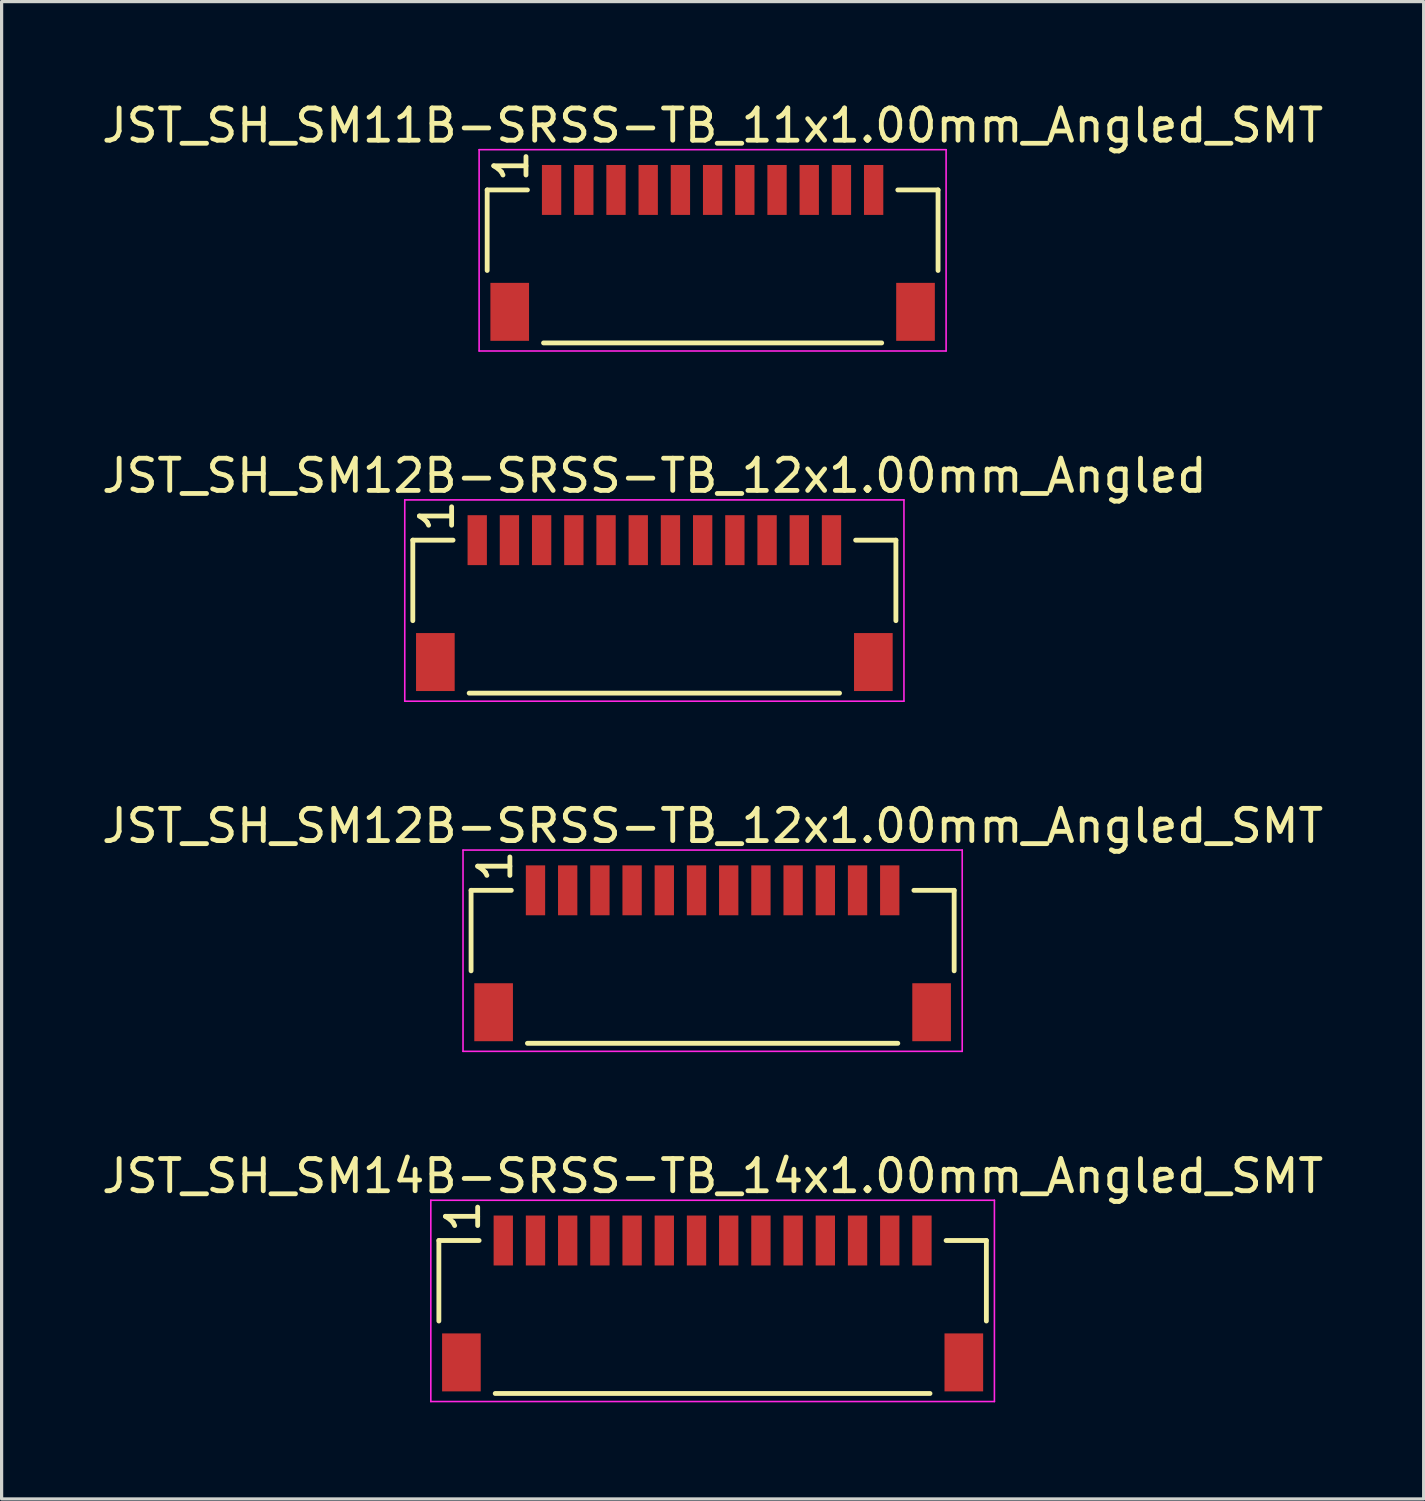
<source format=kicad_pcb>
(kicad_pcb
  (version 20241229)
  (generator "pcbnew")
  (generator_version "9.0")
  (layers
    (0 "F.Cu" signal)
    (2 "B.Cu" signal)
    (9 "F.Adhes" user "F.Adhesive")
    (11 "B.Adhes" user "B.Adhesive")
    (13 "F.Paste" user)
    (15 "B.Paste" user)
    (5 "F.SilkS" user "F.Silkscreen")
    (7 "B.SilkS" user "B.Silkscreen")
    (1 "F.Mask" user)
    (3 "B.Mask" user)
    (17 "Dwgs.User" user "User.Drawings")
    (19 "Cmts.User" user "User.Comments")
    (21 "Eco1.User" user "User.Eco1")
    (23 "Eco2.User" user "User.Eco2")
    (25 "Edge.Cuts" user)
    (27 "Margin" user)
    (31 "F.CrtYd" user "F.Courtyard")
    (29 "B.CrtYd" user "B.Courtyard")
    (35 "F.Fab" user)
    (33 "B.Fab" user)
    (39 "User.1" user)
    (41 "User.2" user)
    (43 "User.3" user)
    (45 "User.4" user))
  (footprint "JST_SH_SM12B-SRSS-TB_12x1.00mm_Angled_SMT"
    (layer "F.Cu")
    (at 13.577 24.595)
    (property "Reference" "JST_SH_SM12B-SRSS-TB_12x1.00mm_Angled_SMT" (at 5.5 -2 0) (layer "F.SilkS") (effects (font (size 1 1) (thickness 0.15))))
    (attr smd)
    (fp_line (start -2 0) (end -0.75 0) (stroke (width 0.15) (type solid)) (layer "F.SilkS"))
    (fp_line (start -2 2.5) (end -2 0) (stroke (width 0.15) (type solid)) (layer "F.SilkS"))
    (fp_line (start -0.25 4.75) (end 11.25 4.75) (stroke (width 0.15) (type solid)) (layer "F.SilkS"))
    (fp_line (start 11.75 0) (end 13 0) (stroke (width 0.15) (type solid)) (layer "F.SilkS"))
    (fp_line (start 13 2.5) (end 13 0) (stroke (width 0.15) (type solid)) (layer "F.SilkS"))
    (fp_line (start -2.25 -1.25) (end 13.25 -1.25) (stroke (width 0.05) (type solid)) (layer "F.CrtYd"))
    (fp_line (start -2.25 5) (end -2.25 -1.25) (stroke (width 0.05) (type solid)) (layer "F.CrtYd"))
    (fp_line (start 13.25 -1.25) (end 13.25 5) (stroke (width 0.05) (type solid)) (layer "F.CrtYd"))
    (fp_line (start 13.25 5) (end -2.25 5) (stroke (width 0.05) (type solid)) (layer "F.CrtYd"))
    (fp_text user "1" (at -1.25 -0.75 90) (layer "F.SilkS") (effects (font (size 1 1) (thickness 0.15))))
    (pad "" smd rect (at -1.3 3.785) (size 1.2 1.8) (layers "F.Cu" "F.Mask" "F.Paste"))
    (pad "" smd rect (at 12.3 3.785) (size 1.2 1.8) (layers "F.Cu" "F.Mask" "F.Paste"))
    (pad "1" smd rect (at 0 0) (size 0.6 1.55) (layers "F.Cu" "F.Mask" "F.Paste"))
    (pad "2" smd rect (at 1 0) (size 0.6 1.55) (layers "F.Cu" "F.Mask" "F.Paste"))
    (pad "3" smd rect (at 2 0) (size 0.6 1.55) (layers "F.Cu" "F.Mask" "F.Paste"))
    (pad "4" smd rect (at 3 0) (size 0.6 1.55) (layers "F.Cu" "F.Mask" "F.Paste"))
    (pad "5" smd rect (at 4 0) (size 0.6 1.55) (layers "F.Cu" "F.Mask" "F.Paste"))
    (pad "6" smd rect (at 5 0) (size 0.6 1.55) (layers "F.Cu" "F.Mask" "F.Paste"))
    (pad "7" smd rect (at 6 0) (size 0.6 1.55) (layers "F.Cu" "F.Mask" "F.Paste"))
    (pad "8" smd rect (at 7 0) (size 0.6 1.55) (layers "F.Cu" "F.Mask" "F.Paste"))
    (pad "9" smd rect (at 8 0) (size 0.6 1.55) (layers "F.Cu" "F.Mask" "F.Paste"))
    (pad "10" smd rect (at 9 0) (size 0.6 1.55) (layers "F.Cu" "F.Mask" "F.Paste"))
    (pad "11" smd rect (at 10 0) (size 0.6 1.55) (layers "F.Cu" "F.Mask" "F.Paste"))
    (pad "12" smd rect (at 11 0) (size 0.6 1.55) (layers "F.Cu" "F.Mask" "F.Paste")))
  (footprint "JST_SH_SM12B-SRSS-TB_12x1.00mm_Angled"
    (layer "F.Cu")
    (at 11.768 13.722)
    (property "Reference" "JST_SH_SM12B-SRSS-TB_12x1.00mm_Angled" (at 5.5 -2 0) (layer "F.SilkS") (effects (font (size 1 1) (thickness 0.15))))
    (attr smd)
    (fp_line (start -2 0) (end -0.75 0) (stroke (width 0.15) (type solid)) (layer "F.SilkS"))
    (fp_line (start -2 2.5) (end -2 0) (stroke (width 0.15) (type solid)) (layer "F.SilkS"))
    (fp_line (start -0.25 4.75) (end 11.25 4.75) (stroke (width 0.15) (type solid)) (layer "F.SilkS"))
    (fp_line (start 11.75 0) (end 13 0) (stroke (width 0.15) (type solid)) (layer "F.SilkS"))
    (fp_line (start 13 2.5) (end 13 0) (stroke (width 0.15) (type solid)) (layer "F.SilkS"))
    (fp_line (start -2.25 -1.25) (end 13.25 -1.25) (stroke (width 0.05) (type solid)) (layer "F.CrtYd"))
    (fp_line (start -2.25 5) (end -2.25 -1.25) (stroke (width 0.05) (type solid)) (layer "F.CrtYd"))
    (fp_line (start 13.25 -1.25) (end 13.25 5) (stroke (width 0.05) (type solid)) (layer "F.CrtYd"))
    (fp_line (start 13.25 5) (end -2.25 5) (stroke (width 0.05) (type solid)) (layer "F.CrtYd"))
    (fp_text user "1" (at -1.25 -0.75 90) (layer "F.SilkS") (effects (font (size 1 1) (thickness 0.15))))
    (pad "" smd rect (at -1.3 3.785) (size 1.2 1.8) (layers "F.Cu" "F.Mask" "F.Paste"))
    (pad "" smd rect (at 12.3 3.785) (size 1.2 1.8) (layers "F.Cu" "F.Mask" "F.Paste"))
    (pad "1" smd rect (at 0 0) (size 0.6 1.55) (layers "F.Cu" "F.Mask" "F.Paste"))
    (pad "2" smd rect (at 1 0) (size 0.6 1.55) (layers "F.Cu" "F.Mask" "F.Paste"))
    (pad "3" smd rect (at 2 0) (size 0.6 1.55) (layers "F.Cu" "F.Mask" "F.Paste"))
    (pad "4" smd rect (at 3 0) (size 0.6 1.55) (layers "F.Cu" "F.Mask" "F.Paste"))
    (pad "5" smd rect (at 4 0) (size 0.6 1.55) (layers "F.Cu" "F.Mask" "F.Paste"))
    (pad "6" smd rect (at 5 0) (size 0.6 1.55) (layers "F.Cu" "F.Mask" "F.Paste"))
    (pad "7" smd rect (at 6 0) (size 0.6 1.55) (layers "F.Cu" "F.Mask" "F.Paste"))
    (pad "8" smd rect (at 7 0) (size 0.6 1.55) (layers "F.Cu" "F.Mask" "F.Paste"))
    (pad "9" smd rect (at 8 0) (size 0.6 1.55) (layers "F.Cu" "F.Mask" "F.Paste"))
    (pad "10" smd rect (at 9 0) (size 0.6 1.55) (layers "F.Cu" "F.Mask" "F.Paste"))
    (pad "11" smd rect (at 10 0) (size 0.6 1.55) (layers "F.Cu" "F.Mask" "F.Paste"))
    (pad "12" smd rect (at 11 0) (size 0.6 1.55) (layers "F.Cu" "F.Mask" "F.Paste")))
  (footprint "JST_SH_SM11B-SRSS-TB_11x1.00mm_Angled_SMT"
    (layer "F.Cu")
    (at 14.077 2.848)
    (property "Reference" "JST_SH_SM11B-SRSS-TB_11x1.00mm_Angled_SMT" (at 5 -2 0) (layer "F.SilkS") (effects (font (size 1 1) (thickness 0.15))))
    (attr smd)
    (fp_line (start -2 0) (end -0.75 0) (stroke (width 0.15) (type solid)) (layer "F.SilkS"))
    (fp_line (start -2 2.5) (end -2 0) (stroke (width 0.15) (type solid)) (layer "F.SilkS"))
    (fp_line (start -0.25 4.75) (end 10.25 4.75) (stroke (width 0.15) (type solid)) (layer "F.SilkS"))
    (fp_line (start 10.75 0) (end 12 0) (stroke (width 0.15) (type solid)) (layer "F.SilkS"))
    (fp_line (start 12 2.5) (end 12 0) (stroke (width 0.15) (type solid)) (layer "F.SilkS"))
    (fp_line (start -2.25 -1.25) (end 12.25 -1.25) (stroke (width 0.05) (type solid)) (layer "F.CrtYd"))
    (fp_line (start -2.25 5) (end -2.25 -1.25) (stroke (width 0.05) (type solid)) (layer "F.CrtYd"))
    (fp_line (start 12.25 -1.25) (end 12.25 5) (stroke (width 0.05) (type solid)) (layer "F.CrtYd"))
    (fp_line (start 12.25 5) (end -2.25 5) (stroke (width 0.05) (type solid)) (layer "F.CrtYd"))
    (fp_text user "1" (at -1.25 -0.75 90) (layer "F.SilkS") (effects (font (size 1 1) (thickness 0.15))))
    (pad "" smd rect (at -1.3 3.785) (size 1.2 1.8) (layers "F.Cu" "F.Mask" "F.Paste"))
    (pad "" smd rect (at 11.3 3.785) (size 1.2 1.8) (layers "F.Cu" "F.Mask" "F.Paste"))
    (pad "1" smd rect (at 0 0) (size 0.6 1.55) (layers "F.Cu" "F.Mask" "F.Paste"))
    (pad "2" smd rect (at 1 0) (size 0.6 1.55) (layers "F.Cu" "F.Mask" "F.Paste"))
    (pad "3" smd rect (at 2 0) (size 0.6 1.55) (layers "F.Cu" "F.Mask" "F.Paste"))
    (pad "4" smd rect (at 3 0) (size 0.6 1.55) (layers "F.Cu" "F.Mask" "F.Paste"))
    (pad "5" smd rect (at 4 0) (size 0.6 1.55) (layers "F.Cu" "F.Mask" "F.Paste"))
    (pad "6" smd rect (at 5 0) (size 0.6 1.55) (layers "F.Cu" "F.Mask" "F.Paste"))
    (pad "7" smd rect (at 6 0) (size 0.6 1.55) (layers "F.Cu" "F.Mask" "F.Paste"))
    (pad "8" smd rect (at 7 0) (size 0.6 1.55) (layers "F.Cu" "F.Mask" "F.Paste"))
    (pad "9" smd rect (at 8 0) (size 0.6 1.55) (layers "F.Cu" "F.Mask" "F.Paste"))
    (pad "10" smd rect (at 9 0) (size 0.6 1.55) (layers "F.Cu" "F.Mask" "F.Paste"))
    (pad "11" smd rect (at 10 0) (size 0.6 1.55) (layers "F.Cu" "F.Mask" "F.Paste")))
  (footprint "JST_SH_SM14B-SRSS-TB_14x1.00mm_Angled_SMT"
    (layer "F.Cu")
    (at 12.577 35.468)
    (property "Reference" "JST_SH_SM14B-SRSS-TB_14x1.00mm_Angled_SMT" (at 6.5 -2 0) (layer "F.SilkS") (effects (font (size 1 1) (thickness 0.15))))
    (attr smd)
    (fp_line (start -2 0) (end -0.75 0) (stroke (width 0.15) (type solid)) (layer "F.SilkS"))
    (fp_line (start -2 2.5) (end -2 0) (stroke (width 0.15) (type solid)) (layer "F.SilkS"))
    (fp_line (start -0.25 4.75) (end 13.25 4.75) (stroke (width 0.15) (type solid)) (layer "F.SilkS"))
    (fp_line (start 13.75 0) (end 15 0) (stroke (width 0.15) (type solid)) (layer "F.SilkS"))
    (fp_line (start 15 2.5) (end 15 0) (stroke (width 0.15) (type solid)) (layer "F.SilkS"))
    (fp_line (start -2.25 -1.25) (end -2.25 5) (stroke (width 0.05) (type solid)) (layer "F.CrtYd"))
    (fp_line (start -2.25 5) (end 15.25 5) (stroke (width 0.05) (type solid)) (layer "F.CrtYd"))
    (fp_line (start 15.25 -1.25) (end -2.25 -1.25) (stroke (width 0.05) (type solid)) (layer "F.CrtYd"))
    (fp_line (start 15.25 5) (end 15.25 -1.25) (stroke (width 0.05) (type solid)) (layer "F.CrtYd"))
    (fp_text user "1" (at -1.25 -0.75 90) (layer "F.SilkS") (effects (font (size 1 1) (thickness 0.15))))
    (pad "" smd rect (at -1.3 3.785) (size 1.2 1.8) (layers "F.Cu" "F.Mask" "F.Paste"))
    (pad "" smd rect (at 14.3 3.785) (size 1.2 1.8) (layers "F.Cu" "F.Mask" "F.Paste"))
    (pad "1" smd rect (at 0 0) (size 0.6 1.55) (layers "F.Cu" "F.Mask" "F.Paste"))
    (pad "2" smd rect (at 1 0) (size 0.6 1.55) (layers "F.Cu" "F.Mask" "F.Paste"))
    (pad "3" smd rect (at 2 0) (size 0.6 1.55) (layers "F.Cu" "F.Mask" "F.Paste"))
    (pad "4" smd rect (at 3 0) (size 0.6 1.55) (layers "F.Cu" "F.Mask" "F.Paste"))
    (pad "5" smd rect (at 4 0) (size 0.6 1.55) (layers "F.Cu" "F.Mask" "F.Paste"))
    (pad "6" smd rect (at 5 0) (size 0.6 1.55) (layers "F.Cu" "F.Mask" "F.Paste"))
    (pad "7" smd rect (at 6 0) (size 0.6 1.55) (layers "F.Cu" "F.Mask" "F.Paste"))
    (pad "8" smd rect (at 7 0) (size 0.6 1.55) (layers "F.Cu" "F.Mask" "F.Paste"))
    (pad "9" smd rect (at 8 0) (size 0.6 1.55) (layers "F.Cu" "F.Mask" "F.Paste"))
    (pad "10" smd rect (at 9 0) (size 0.6 1.55) (layers "F.Cu" "F.Mask" "F.Paste"))
    (pad "11" smd rect (at 10 0) (size 0.6 1.55) (layers "F.Cu" "F.Mask" "F.Paste"))
    (pad "12" smd rect (at 11 0) (size 0.6 1.55) (layers "F.Cu" "F.Mask" "F.Paste"))
    (pad "13" smd rect (at 12 0) (size 0.6 1.55) (layers "F.Cu" "F.Mask" "F.Paste"))
    (pad "14" smd rect (at 13 0) (size 0.6 1.55) (layers "F.Cu" "F.Mask" "F.Paste")))
  (gr_rect
    (start -3 -3)
    (end 41.155 43.493)
    (stroke (width 0.1) (type default))
    (fill no)
    (layer "Edge.Cuts")))
</source>
